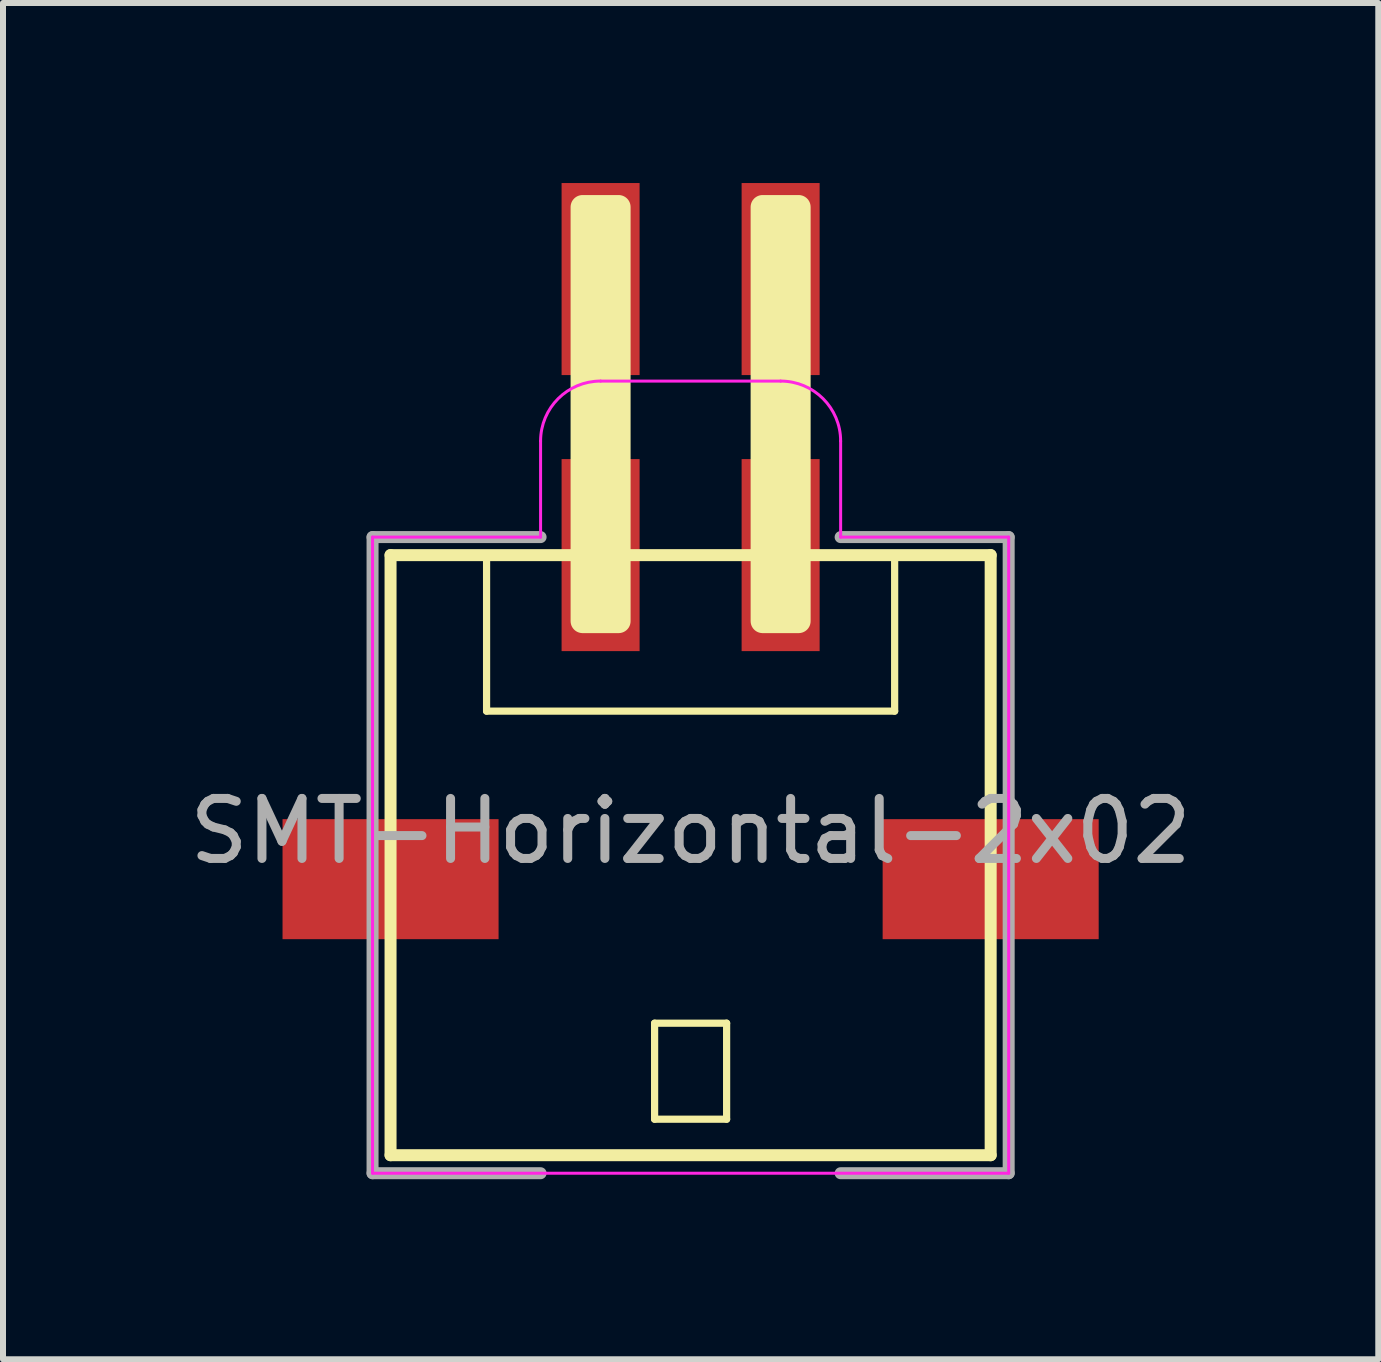
<source format=kicad_pcb>
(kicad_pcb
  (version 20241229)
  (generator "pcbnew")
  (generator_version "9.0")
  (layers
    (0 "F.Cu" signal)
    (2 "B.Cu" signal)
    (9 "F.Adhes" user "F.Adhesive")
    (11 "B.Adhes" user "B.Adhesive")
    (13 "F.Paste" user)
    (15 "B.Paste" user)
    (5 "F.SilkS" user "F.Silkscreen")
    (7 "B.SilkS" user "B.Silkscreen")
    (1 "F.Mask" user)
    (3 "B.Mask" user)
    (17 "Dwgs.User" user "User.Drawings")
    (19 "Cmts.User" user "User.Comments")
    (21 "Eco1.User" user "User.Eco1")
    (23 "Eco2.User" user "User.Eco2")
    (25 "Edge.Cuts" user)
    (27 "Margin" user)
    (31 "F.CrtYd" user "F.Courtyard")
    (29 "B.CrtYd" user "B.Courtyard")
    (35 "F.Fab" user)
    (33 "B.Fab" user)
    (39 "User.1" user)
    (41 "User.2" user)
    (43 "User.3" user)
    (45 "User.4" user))
  (footprint "SMT-Horizontal-2x02"
    (layer "F.Cu")
    (at 8.458 5.8)
    (property "Reference" "SMT-Horizontal-2x02" (at 0 5 0) (layer "F.Fab") (effects (font (size 1 1) (thickness 0.15))))
    (attr through_hole)
    (fp_line (start -5 0.4) (end 5 0.4) (stroke (width 0.2) (type solid)) (layer "F.SilkS"))
    (fp_line (start -5 10.4) (end -5 0.4) (stroke (width 0.2) (type solid)) (layer "F.SilkS"))
    (fp_line (start -5 10.4) (end 5 10.4) (stroke (width 0.2) (type solid)) (layer "F.SilkS"))
    (fp_line (start -3.4 0.4) (end -3.4 3) (stroke (width 0.12) (type solid)) (layer "F.SilkS"))
    (fp_line (start -3.4 3) (end 3.4 3) (stroke (width 0.12) (type solid)) (layer "F.SilkS"))
    (fp_line (start -0.6 8.2) (end 0.6 8.2) (stroke (width 0.12) (type solid)) (layer "F.SilkS"))
    (fp_line (start -0.6 9.8) (end -0.6 8.2) (stroke (width 0.12) (type solid)) (layer "F.SilkS"))
    (fp_line (start -0.6 9.8) (end 0.6 9.8) (stroke (width 0.12) (type solid)) (layer "F.SilkS"))
    (fp_line (start 0.6 9.8) (end 0.6 8.2) (stroke (width 0.12) (type solid)) (layer "F.SilkS"))
    (fp_line (start 3.4 0.4) (end 3.4 3) (stroke (width 0.12) (type solid)) (layer "F.SilkS"))
    (fp_line (start 5 10.4) (end 5 0.4) (stroke (width 0.2) (type solid)) (layer "F.SilkS"))
    (fp_poly (pts (xy -1.2 1.5) (xy -1.8 1.5) (xy -1.8 -5.4) (xy -1.2 -5.4)) (stroke (width 0.4) (type solid)) (fill yes) (layer "F.SilkS"))
    (fp_poly (pts (xy 1.8 1.5) (xy 1.2 1.5) (xy 1.2 -5.4) (xy 1.8 -5.4)) (stroke (width 0.4) (type solid)) (fill yes) (layer "F.SilkS"))
    (fp_line (start -5.3 0.1) (end -2.5 0.1) (stroke (width 0.05) (type solid)) (layer "F.CrtYd"))
    (fp_line (start -5.3 10.7) (end -5.3 0.1) (stroke (width 0.05) (type solid)) (layer "F.CrtYd"))
    (fp_line (start -5.3 10.7) (end 5.3 10.7) (stroke (width 0.05) (type solid)) (layer "F.CrtYd"))
    (fp_line (start -2.5 -1.5) (end -2.5 0.1) (stroke (width 0.05) (type solid)) (layer "F.CrtYd"))
    (fp_line (start 1.5 -2.5) (end -1.5 -2.5) (stroke (width 0.05) (type solid)) (layer "F.CrtYd"))
    (fp_line (start 2.5 -1.5) (end 2.5 0.1) (stroke (width 0.05) (type solid)) (layer "F.CrtYd"))
    (fp_line (start 2.5 0.1) (end 5.3 0.1) (stroke (width 0.05) (type solid)) (layer "F.CrtYd"))
    (fp_line (start 5.3 10.7) (end 5.3 0.1) (stroke (width 0.05) (type solid)) (layer "F.CrtYd"))
    (fp_arc (start -2.5 -1.5) (mid -2.207107 -2.207107) (end -1.5 -2.5) (stroke (width 0.05) (type solid)) (layer "F.CrtYd"))
    (fp_arc (start 1.5 -2.5) (mid 2.207107 -2.207107) (end 2.5 -1.5) (stroke (width 0.05) (type solid)) (layer "F.CrtYd"))
    (fp_line (start -5.3 0.1) (end -5.3 10.7) (stroke (width 0.2) (type solid)) (layer "F.Fab"))
    (fp_line (start -2.5 0.1) (end -5.3 0.1) (stroke (width 0.2) (type solid)) (layer "F.Fab"))
    (fp_line (start -2.5 10.7) (end -5.3 10.7) (stroke (width 0.2) (type solid)) (layer "F.Fab"))
    (fp_line (start 5.3 0.1) (end 2.5 0.1) (stroke (width 0.2) (type solid)) (layer "F.Fab"))
    (fp_line (start 5.3 0.1) (end 5.3 10.7) (stroke (width 0.2) (type solid)) (layer "F.Fab"))
    (fp_line (start 5.3 10.7) (end 2.5 10.7) (stroke (width 0.2) (type solid)) (layer "F.Fab"))
    (pad "0" smd rect (at -5 5.8 90) (size 2 3.6) (layers "F.Cu" "F.Mask" "F.Paste"))
    (pad "0" smd rect (at 5 5.8 90) (size 2 3.6) (layers "F.Cu" "F.Mask" "F.Paste"))
    (pad "1" smd rect (at -1.5 0.4) (size 1.3 3.2) (layers "F.Cu" "F.Mask" "F.Paste"))
    (pad "2" smd rect (at -1.5 -4.2) (size 1.3 3.2) (layers "F.Cu" "F.Mask" "F.Paste"))
    (pad "3" smd rect (at 1.5 0.4) (size 1.3 3.2) (layers "F.Cu" "F.Mask" "F.Paste"))
    (pad "4" smd rect (at 1.5 -4.2) (size 1.3 3.2) (layers "F.Cu" "F.Mask" "F.Paste")))
  (gr_rect
    (start -3 -3)
    (end 19.917 19.6)
    (stroke (width 0.1) (type default))
    (fill no)
    (layer "Edge.Cuts")))
</source>
